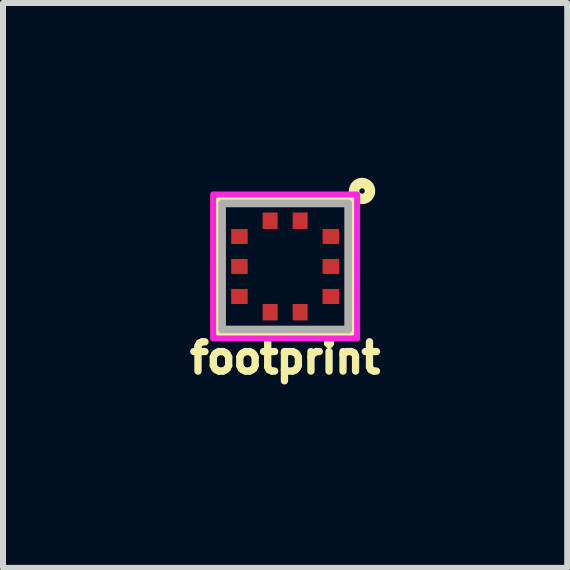
<source format=kicad_pcb>
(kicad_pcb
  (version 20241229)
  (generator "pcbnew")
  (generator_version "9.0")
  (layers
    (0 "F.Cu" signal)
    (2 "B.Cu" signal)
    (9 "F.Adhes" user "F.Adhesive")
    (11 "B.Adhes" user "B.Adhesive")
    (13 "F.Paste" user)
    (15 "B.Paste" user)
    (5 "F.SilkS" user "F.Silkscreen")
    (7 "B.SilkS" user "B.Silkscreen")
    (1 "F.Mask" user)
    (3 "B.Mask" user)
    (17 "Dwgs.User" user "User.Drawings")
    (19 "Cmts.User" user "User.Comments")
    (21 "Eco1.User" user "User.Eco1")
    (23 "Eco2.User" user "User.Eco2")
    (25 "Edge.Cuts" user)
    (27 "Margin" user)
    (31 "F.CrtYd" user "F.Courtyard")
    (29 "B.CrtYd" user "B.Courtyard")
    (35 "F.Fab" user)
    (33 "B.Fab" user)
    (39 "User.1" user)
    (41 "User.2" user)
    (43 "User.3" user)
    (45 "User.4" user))
  (footprint "footprint"
    (layer "F.Cu")
    (at 1.702 1.391)
    (property "Reference" "footprint" (at 0 1.524 0) (layer "F.SilkS") (effects (font (size 0.488 0.488) (thickness 0.122))))
    (fp_line (start -1.1 -1.1) (end 1.1 -1.1) (stroke (width 0.127) (type solid)) (layer "F.SilkS"))
    (fp_line (start -1.1 1.1) (end -1.1 -1.1) (stroke (width 0.127) (type solid)) (layer "F.SilkS"))
    (fp_line (start 1.1 -1.1) (end 1.1 1.1) (stroke (width 0.127) (type solid)) (layer "F.SilkS"))
    (fp_line (start 1.1 1.1) (end -1.1 1.1) (stroke (width 0.127) (type solid)) (layer "F.SilkS"))
    (fp_circle (center 1.282 -1.258) (end 1.327 -1.258) (stroke (width 0.175) (type solid)) (fill no) (layer "F.SilkS"))
    (fp_poly (pts (xy -0.875 -0.4) (xy -0.65 -0.4) (xy -0.65 -0.6) (xy -0.875 -0.6)) (stroke (width 0) (type solid)) (fill yes) (layer "F.Paste"))
    (fp_poly (pts (xy -0.875 0.1) (xy -0.65 0.1) (xy -0.65 -0.1) (xy -0.875 -0.1)) (stroke (width 0) (type solid)) (fill yes) (layer "F.Paste"))
    (fp_poly (pts (xy -0.875 0.6) (xy -0.65 0.6) (xy -0.65 0.4) (xy -0.875 0.4)) (stroke (width 0) (type solid)) (fill yes) (layer "F.Paste"))
    (fp_poly (pts (xy -0.35 -0.875) (xy -0.35 -0.65) (xy -0.15 -0.65) (xy -0.15 -0.875)) (stroke (width 0) (type solid)) (fill yes) (layer "F.Paste"))
    (fp_poly (pts (xy -0.15 0.875) (xy -0.15 0.65) (xy -0.35 0.65) (xy -0.35 0.875)) (stroke (width 0) (type solid)) (fill yes) (layer "F.Paste"))
    (fp_poly (pts (xy 0.15 -0.875) (xy 0.15 -0.65) (xy 0.35 -0.65) (xy 0.35 -0.875)) (stroke (width 0) (type solid)) (fill yes) (layer "F.Paste"))
    (fp_poly (pts (xy 0.35 0.875) (xy 0.35 0.65) (xy 0.15 0.65) (xy 0.15 0.875)) (stroke (width 0) (type solid)) (fill yes) (layer "F.Paste"))
    (fp_poly (pts (xy 0.875 -0.6) (xy 0.65 -0.6) (xy 0.65 -0.4) (xy 0.875 -0.4)) (stroke (width 0) (type solid)) (fill yes) (layer "F.Paste"))
    (fp_poly (pts (xy 0.875 -0.1) (xy 0.65 -0.1) (xy 0.65 0.1) (xy 0.875 0.1)) (stroke (width 0) (type solid)) (fill yes) (layer "F.Paste"))
    (fp_poly (pts (xy 0.875 0.4) (xy 0.65 0.4) (xy 0.65 0.6) (xy 0.875 0.6)) (stroke (width 0) (type solid)) (fill yes) (layer "F.Paste"))
    (fp_poly (pts (xy -1.2 1.2) (xy 1.2 1.2) (xy 1.2 -1.2) (xy -1.2 -1.2)) (stroke (width 0.1) (type solid)) (fill no) (layer "F.CrtYd"))
    (fp_line (start -1.05 -1.05) (end 1.05 -1.05) (stroke (width 0.127) (type solid)) (layer "F.Fab"))
    (fp_line (start -1.05 1.05) (end -1.05 -1.05) (stroke (width 0.127) (type solid)) (layer "F.Fab"))
    (fp_line (start 1.05 -1.05) (end 1.05 1.05) (stroke (width 0.127) (type solid)) (layer "F.Fab"))
    (fp_line (start 1.05 1.05) (end -1.05 1.05) (stroke (width 0.127) (type solid)) (layer "F.Fab"))
    (pad "1" smd rect (at 0.25 -0.762 90) (size 0.275 0.25) (layers "F.Cu" "F.Mask"))
    (pad "2" smd rect (at -0.25 -0.762 90) (size 0.275 0.25) (layers "F.Cu" "F.Mask"))
    (pad "3" smd rect (at -0.762 -0.5) (size 0.275 0.25) (layers "F.Cu" "F.Mask"))
    (pad "4" smd rect (at -0.762 0) (size 0.275 0.25) (layers "F.Cu" "F.Mask"))
    (pad "5" smd rect (at -0.762 0.5) (size 0.275 0.25) (layers "F.Cu" "F.Mask"))
    (pad "6" smd rect (at -0.25 0.762 90) (size 0.275 0.25) (layers "F.Cu" "F.Mask"))
    (pad "7" smd rect (at 0.25 0.762 90) (size 0.275 0.25) (layers "F.Cu" "F.Mask"))
    (pad "8" smd rect (at 0.762 0.5) (size 0.275 0.25) (layers "F.Cu" "F.Mask"))
    (pad "9" smd rect (at 0.762 0) (size 0.275 0.25) (layers "F.Cu" "F.Mask"))
    (pad "10" smd rect (at 0.762 -0.5) (size 0.275 0.25) (layers "F.Cu" "F.Mask")))
  (gr_rect
    (start -3 -3)
    (end 6.403 6.414)
    (stroke (width 0.1) (type default))
    (fill no)
    (layer "Edge.Cuts")))
</source>
